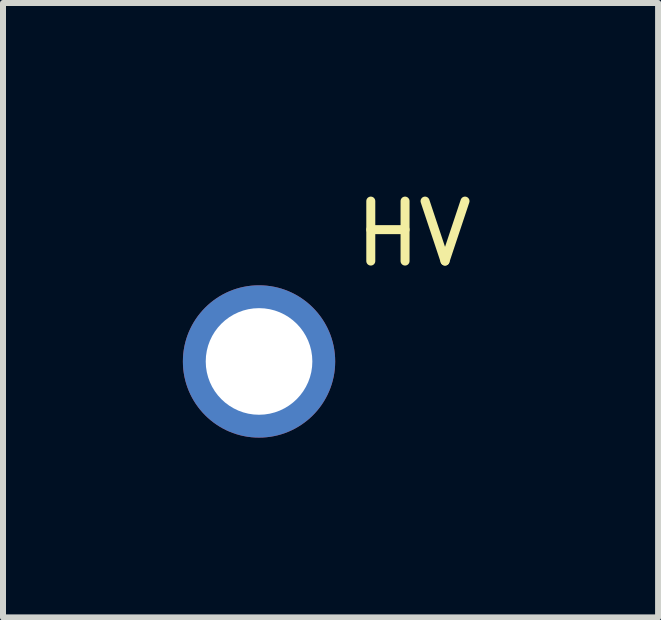
<source format=kicad_pcb>
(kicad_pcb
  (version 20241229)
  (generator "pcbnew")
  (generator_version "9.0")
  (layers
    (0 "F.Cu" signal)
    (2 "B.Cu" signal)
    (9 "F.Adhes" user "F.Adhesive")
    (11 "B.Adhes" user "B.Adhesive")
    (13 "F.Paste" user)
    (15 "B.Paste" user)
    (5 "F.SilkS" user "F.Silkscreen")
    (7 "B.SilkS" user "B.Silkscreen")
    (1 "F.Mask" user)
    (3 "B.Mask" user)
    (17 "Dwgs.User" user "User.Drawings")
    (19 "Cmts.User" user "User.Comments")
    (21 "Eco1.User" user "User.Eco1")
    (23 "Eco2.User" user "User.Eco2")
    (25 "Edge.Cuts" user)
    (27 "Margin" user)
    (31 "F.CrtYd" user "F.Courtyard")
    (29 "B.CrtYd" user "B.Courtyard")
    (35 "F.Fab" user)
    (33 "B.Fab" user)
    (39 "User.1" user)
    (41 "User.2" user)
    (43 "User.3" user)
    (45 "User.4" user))
  (footprint "HV"
    (layer "F.Cu")
    (at 1.265 2.97)
    (property "Reference" "HV" (at 2.583 -2.121 0) (layer "F.SilkS") (effects (font (size 1 1) (thickness 0.15))))
    (attr through_hole)
    (pad "1" thru_hole circle (at 0.005 0.008) (size 2.54 2.54) (drill 1.778) (layers "*.Cu" "*.Mask")))
  (gr_rect
    (start -3 -3)
    (end 7.925 7.247)
    (stroke (width 0.1) (type default))
    (fill no)
    (layer "Edge.Cuts")))
</source>
